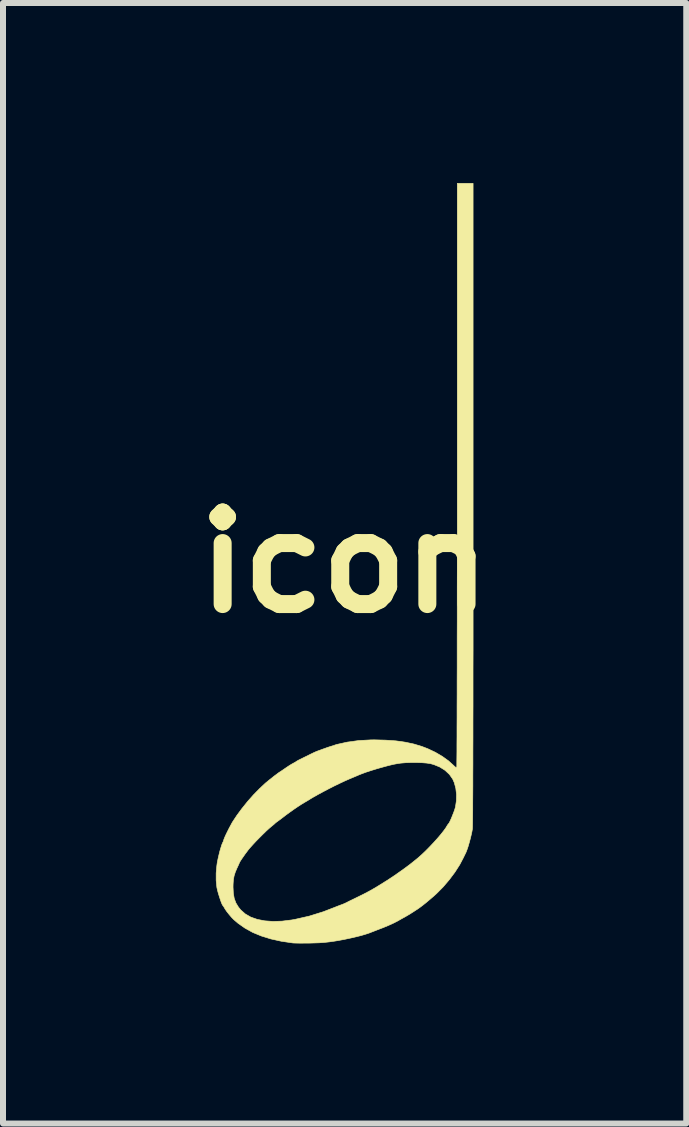
<source format=kicad_pcb>
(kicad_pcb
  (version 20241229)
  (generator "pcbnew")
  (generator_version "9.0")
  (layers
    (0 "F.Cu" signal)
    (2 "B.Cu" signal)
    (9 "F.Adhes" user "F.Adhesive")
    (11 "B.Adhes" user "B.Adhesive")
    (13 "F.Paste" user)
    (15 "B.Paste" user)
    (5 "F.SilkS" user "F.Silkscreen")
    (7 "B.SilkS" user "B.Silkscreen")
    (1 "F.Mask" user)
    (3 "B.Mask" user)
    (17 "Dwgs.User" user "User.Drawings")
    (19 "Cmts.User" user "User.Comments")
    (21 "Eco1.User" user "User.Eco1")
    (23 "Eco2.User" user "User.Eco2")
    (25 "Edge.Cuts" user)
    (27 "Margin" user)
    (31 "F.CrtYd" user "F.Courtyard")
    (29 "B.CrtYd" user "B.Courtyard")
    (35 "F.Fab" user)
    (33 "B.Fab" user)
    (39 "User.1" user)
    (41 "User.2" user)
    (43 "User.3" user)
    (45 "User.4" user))
  (footprint "icon"
    (layer "F.Cu")
    (at 2.692 6.326)
    (property "Reference" "icon" (at 0 0 0) (layer "F.SilkS") (effects (font (size 1.524 1.524) (thickness 0.3))))
    (attr through_hole)
    (fp_poly (pts (xy 2.141 -0.986) (xy 2.141 -0.522) (xy 2.141 -0.081) (xy 2.141 0.338) (xy 2.141 0.735) (xy 2.141 1.11) (xy 2.141 1.463) (xy 2.14 1.795) (xy 2.14 2.106) (xy 2.14 2.397) (xy 2.139 2.666) (xy 2.139 2.916) (xy 2.138 3.146) (xy 2.138 3.356) (xy 2.137 3.546) (xy 2.137 3.717) (xy 2.136 3.87) (xy 2.135 4.004) (xy 2.135 4.119) (xy 2.134 4.216) (xy 2.133 4.296) (xy 2.132 4.358) (xy 2.131 4.403) (xy 2.13 4.43) (xy 2.129 4.44) (xy 2.121 4.486) (xy 2.108 4.544) (xy 2.092 4.609) (xy 2.074 4.675) (xy 2.056 4.736) (xy 2.038 4.788) (xy 2.024 4.824) (xy 2.02 4.833) (xy 2.006 4.861) (xy 1.988 4.898) (xy 1.981 4.913) (xy 1.918 5.033) (xy 1.838 5.158) (xy 1.745 5.282) (xy 1.642 5.403) (xy 1.533 5.513) (xy 1.49 5.552) (xy 1.426 5.607) (xy 1.362 5.661) (xy 1.302 5.709) (xy 1.25 5.748) (xy 1.21 5.776) (xy 1.208 5.777) (xy 1.174 5.799) (xy 1.136 5.824) (xy 1.124 5.831) (xy 1.092 5.852) (xy 1.048 5.878) (xy 1 5.906) (xy 0.988 5.912) (xy 0.945 5.936) (xy 0.908 5.957) (xy 0.882 5.972) (xy 0.876 5.975) (xy 0.815 6.006) (xy 0.736 6.042) (xy 0.643 6.081) (xy 0.595 6.099) (xy 0.538 6.121) (xy 0.482 6.143) (xy 0.435 6.161) (xy 0.407 6.172) (xy 0.349 6.191) (xy 0.275 6.213) (xy 0.187 6.235) (xy 0.091 6.257) (xy -0.008 6.278) (xy -0.105 6.296) (xy -0.166 6.306) (xy -0.257 6.319) (xy -0.34 6.328) (xy -0.425 6.334) (xy -0.518 6.337) (xy -0.59 6.339) (xy -0.663 6.339) (xy -0.73 6.34) (xy -0.788 6.339) (xy -0.832 6.338) (xy -0.858 6.337) (xy -0.859 6.337) (xy -1.054 6.308) (xy -1.23 6.269) (xy -1.388 6.22) (xy -1.531 6.161) (xy -1.659 6.09) (xy -1.776 6.008) (xy -1.847 5.947) (xy -1.884 5.909) (xy -1.924 5.862) (xy -1.963 5.813) (xy -1.993 5.769) (xy -2.004 5.749) (xy -2.018 5.726) (xy -2.028 5.714) (xy -2.038 5.699) (xy -2.052 5.667) (xy -2.068 5.623) (xy -2.085 5.571) (xy -2.102 5.517) (xy -2.116 5.466) (xy -2.126 5.422) (xy -2.129 5.407) (xy -2.129 5.405) (xy -1.859 5.405) (xy -1.854 5.508) (xy -1.839 5.595) (xy -1.811 5.67) (xy -1.769 5.739) (xy -1.73 5.787) (xy -1.655 5.853) (xy -1.563 5.906) (xy -1.454 5.944) (xy -1.33 5.968) (xy -1.193 5.978) (xy -1.043 5.973) (xy -0.88 5.953) (xy -0.829 5.944) (xy -0.588 5.889) (xy -0.354 5.816) (xy -0.178 5.748) (xy -0.13 5.729) (xy -0.083 5.711) (xy -0.048 5.698) (xy -0.01 5.683) (xy 0.025 5.667) (xy 0.032 5.664) (xy 0.054 5.652) (xy 0.092 5.633) (xy 0.14 5.61) (xy 0.193 5.584) (xy 0.195 5.583) (xy 0.315 5.524) (xy 0.419 5.469) (xy 0.514 5.415) (xy 0.595 5.365) (xy 0.625 5.347) (xy 0.665 5.321) (xy 0.709 5.294) (xy 0.716 5.29) (xy 0.768 5.255) (xy 0.836 5.21) (xy 0.914 5.155) (xy 1 5.094) (xy 1.051 5.056) (xy 1.082 5.033) (xy 1.125 4.999) (xy 1.176 4.958) (xy 1.23 4.914) (xy 1.231 4.913) (xy 1.287 4.863) (xy 1.35 4.803) (xy 1.417 4.735) (xy 1.484 4.664) (xy 1.548 4.593) (xy 1.605 4.526) (xy 1.653 4.465) (xy 1.689 4.415) (xy 1.697 4.401) (xy 1.714 4.373) (xy 1.727 4.355) (xy 1.73 4.352) (xy 1.742 4.336) (xy 1.759 4.303) (xy 1.779 4.259) (xy 1.799 4.209) (xy 1.819 4.158) (xy 1.836 4.11) (xy 1.847 4.071) (xy 1.848 4.067) (xy 1.863 3.966) (xy 1.865 3.861) (xy 1.853 3.759) (xy 1.828 3.666) (xy 1.801 3.605) (xy 1.747 3.528) (xy 1.674 3.46) (xy 1.587 3.405) (xy 1.487 3.364) (xy 1.429 3.348) (xy 1.367 3.339) (xy 1.29 3.333) (xy 1.201 3.33) (xy 1.109 3.33) (xy 1.018 3.333) (xy 0.935 3.34) (xy 0.88 3.348) (xy 0.811 3.361) (xy 0.728 3.381) (xy 0.636 3.406) (xy 0.54 3.433) (xy 0.446 3.462) (xy 0.36 3.49) (xy 0.287 3.517) (xy 0.246 3.533) (xy 0.223 3.543) (xy 0.183 3.56) (xy 0.133 3.581) (xy 0.078 3.604) (xy 0.074 3.606) (xy 0.003 3.637) (xy -0.082 3.677) (xy -0.175 3.722) (xy -0.271 3.771) (xy -0.364 3.82) (xy -0.451 3.867) (xy -0.525 3.909) (xy -0.567 3.934) (xy -0.605 3.958) (xy -0.649 3.984) (xy -0.667 3.994) (xy -0.718 4.025) (xy -0.781 4.066) (xy -0.85 4.113) (xy -0.919 4.162) (xy -0.982 4.208) (xy -1.033 4.248) (xy -1.035 4.249) (xy -1.07 4.276) (xy -1.107 4.303) (xy -1.111 4.306) (xy -1.139 4.326) (xy -1.159 4.343) (xy -1.162 4.346) (xy -1.177 4.36) (xy -1.204 4.382) (xy -1.227 4.401) (xy -1.262 4.431) (xy -1.309 4.474) (xy -1.363 4.527) (xy -1.42 4.584) (xy -1.477 4.642) (xy -1.529 4.698) (xy -1.573 4.747) (xy -1.599 4.777) (xy -1.625 4.812) (xy -1.656 4.853) (xy -1.686 4.896) (xy -1.714 4.936) (xy -1.736 4.97) (xy -1.75 4.993) (xy -1.752 4.999) (xy -1.757 5.011) (xy -1.769 5.038) (xy -1.786 5.075) (xy -1.792 5.087) (xy -1.821 5.155) (xy -1.841 5.218) (xy -1.853 5.282) (xy -1.858 5.356) (xy -1.859 5.405) (xy -2.129 5.405) (xy -2.14 5.295) (xy -2.14 5.172) (xy -2.129 5.05) (xy -2.122 4.999) (xy -2.11 4.938) (xy -2.095 4.873) (xy -2.079 4.808) (xy -2.062 4.75) (xy -2.047 4.702) (xy -2.034 4.67) (xy -2.031 4.664) (xy -2.019 4.64) (xy -2.016 4.625) (xy -2.01 4.608) (xy -1.997 4.575) (xy -1.977 4.531) (xy -1.952 4.48) (xy -1.926 4.428) (xy -1.899 4.378) (xy -1.876 4.335) (xy -1.869 4.323) (xy -1.796 4.212) (xy -1.711 4.097) (xy -1.617 3.98) (xy -1.518 3.868) (xy -1.417 3.765) (xy -1.32 3.674) (xy -1.253 3.619) (xy -1.231 3.602) (xy -1.2 3.577) (xy -1.179 3.56) (xy -1.14 3.531) (xy -1.1 3.501) (xy -1.082 3.489) (xy -1.048 3.467) (xy -1.006 3.438) (xy -0.968 3.412) (xy -0.926 3.384) (xy -0.884 3.358) (xy -0.853 3.341) (xy -0.824 3.325) (xy -0.805 3.313) (xy -0.802 3.31) (xy -0.79 3.303) (xy -0.761 3.287) (xy -0.72 3.267) (xy -0.672 3.243) (xy -0.67 3.242) (xy -0.618 3.217) (xy -0.571 3.193) (xy -0.533 3.175) (xy -0.513 3.165) (xy -0.484 3.152) (xy -0.444 3.136) (xy -0.415 3.126) (xy -0.367 3.108) (xy -0.316 3.09) (xy -0.292 3.081) (xy -0.132 3.029) (xy 0.044 2.99) (xy 0.234 2.964) (xy 0.433 2.953) (xy 0.494 2.952) (xy 0.683 2.957) (xy 0.855 2.969) (xy 1.011 2.991) (xy 1.155 3.022) (xy 1.29 3.063) (xy 1.386 3.1) (xy 1.511 3.159) (xy 1.627 3.227) (xy 1.73 3.301) (xy 1.814 3.377) (xy 1.84 3.401) (xy 1.86 3.415) (xy 1.868 3.417) (xy 1.869 3.405) (xy 1.87 3.372) (xy 1.87 3.316) (xy 1.871 3.24) (xy 1.872 3.144) (xy 1.872 3.029) (xy 1.873 2.896) (xy 1.873 2.745) (xy 1.874 2.576) (xy 1.874 2.392) (xy 1.875 2.192) (xy 1.875 1.978) (xy 1.876 1.749) (xy 1.876 1.508) (xy 1.876 1.253) (xy 1.877 0.988) (xy 1.877 0.711) (xy 1.877 0.424) (xy 1.878 0.127) (xy 1.878 -0.178) (xy 1.878 -0.492) (xy 1.878 -0.812) (xy 1.878 -1.14) (xy 1.878 -1.455) (xy 1.878 -6.321) (xy 2.141 -6.321) (xy 2.141 -0.986)) (stroke (width 0.01) (type solid)) (fill yes) (layer "F.SilkS")))
  (gr_rect
    (start -3 -3)
    (end 8.385 15.671)
    (stroke (width 0.1) (type default))
    (fill no)
    (layer "Edge.Cuts")))
</source>
